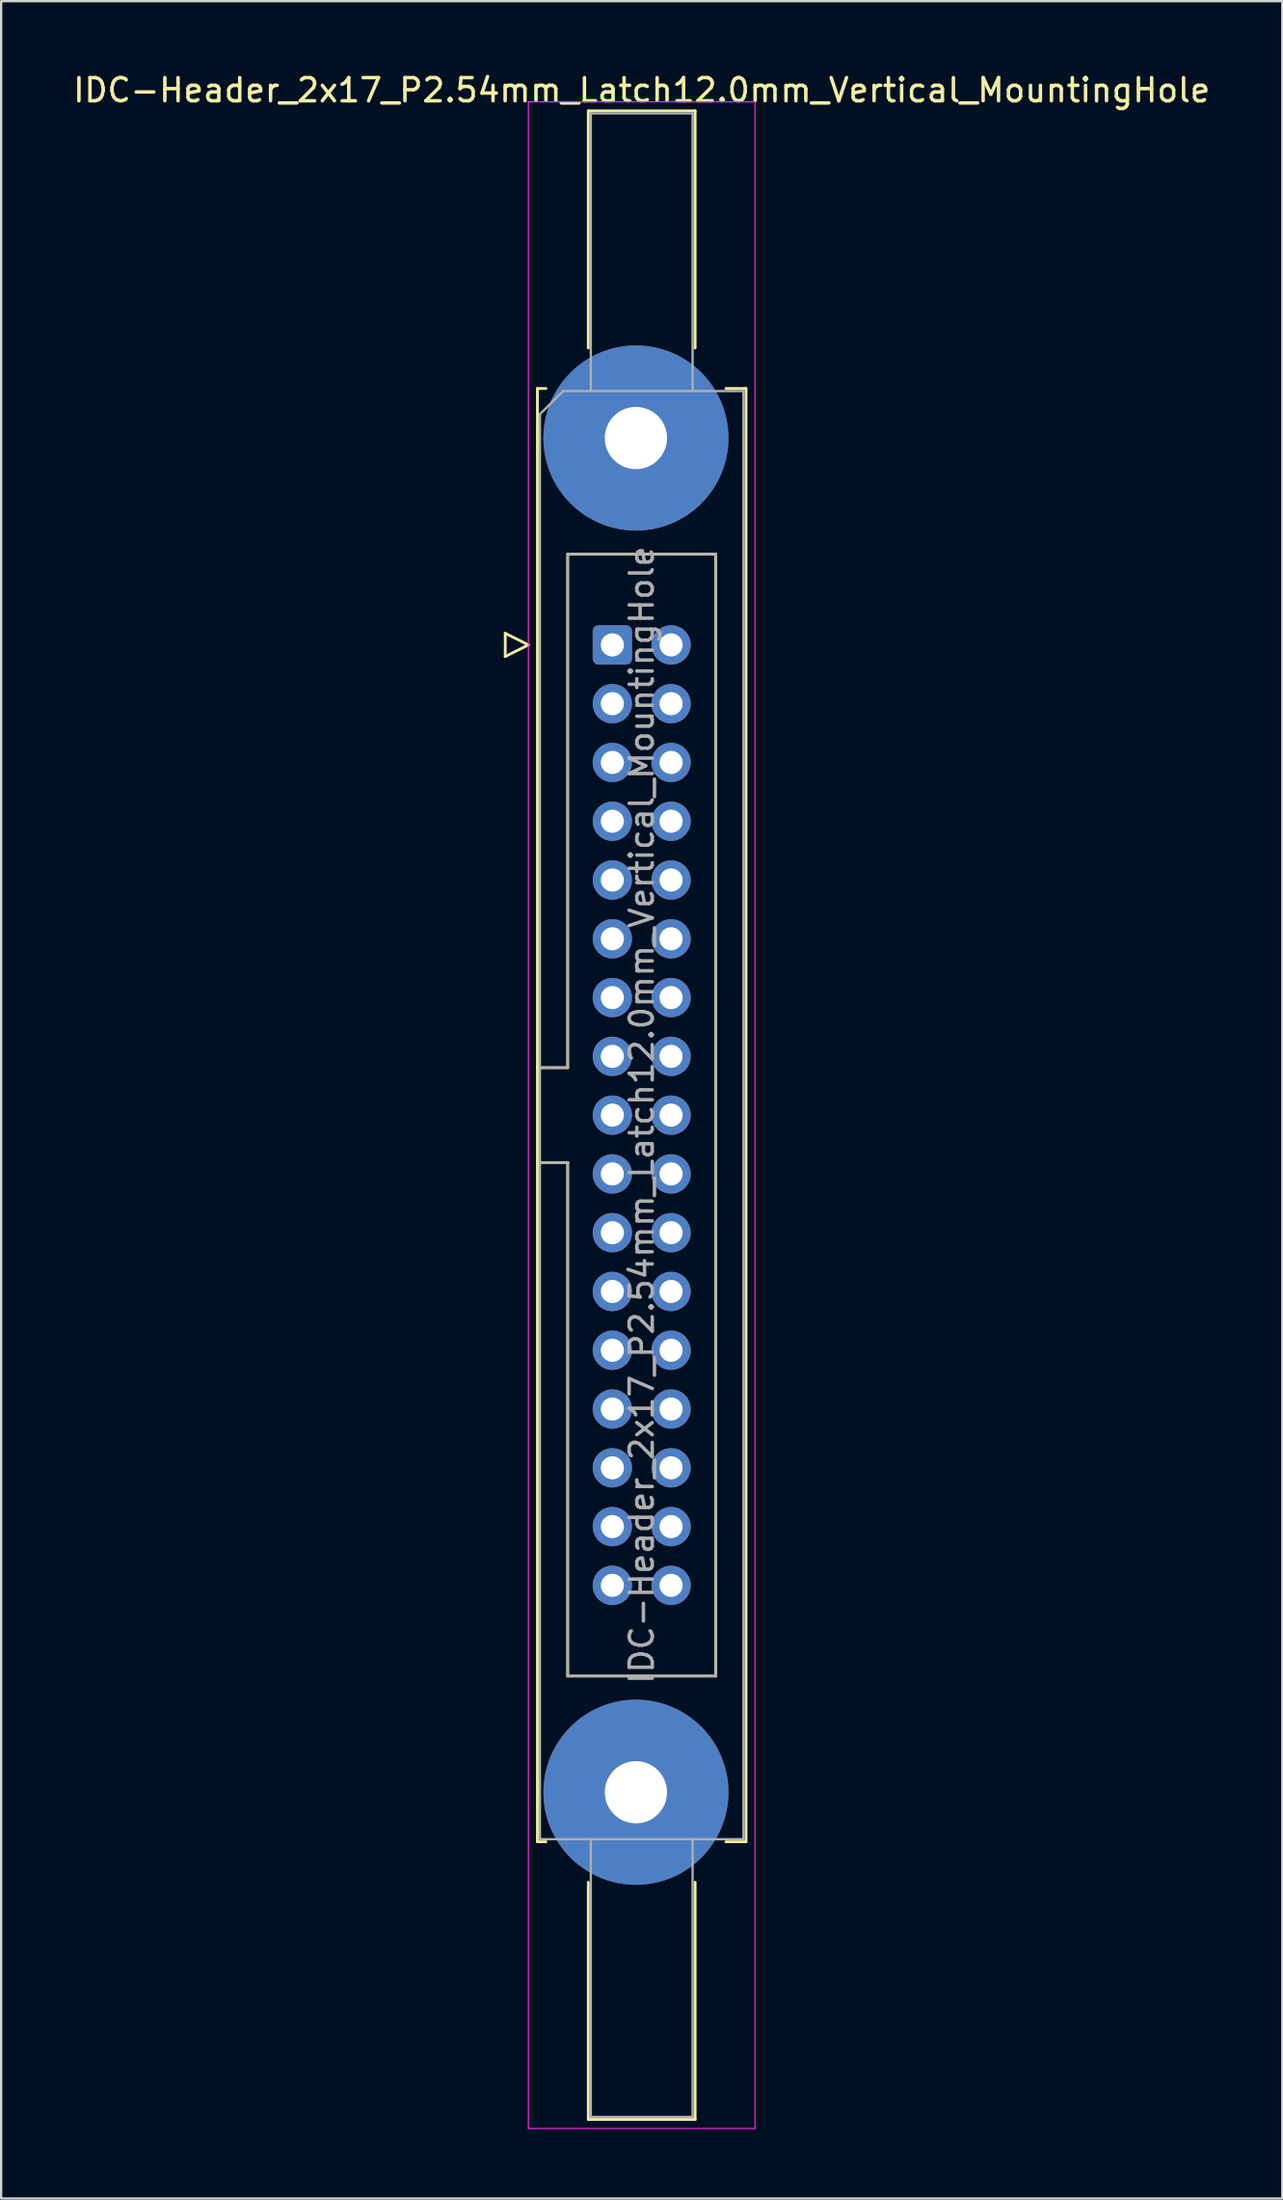
<source format=kicad_pcb>
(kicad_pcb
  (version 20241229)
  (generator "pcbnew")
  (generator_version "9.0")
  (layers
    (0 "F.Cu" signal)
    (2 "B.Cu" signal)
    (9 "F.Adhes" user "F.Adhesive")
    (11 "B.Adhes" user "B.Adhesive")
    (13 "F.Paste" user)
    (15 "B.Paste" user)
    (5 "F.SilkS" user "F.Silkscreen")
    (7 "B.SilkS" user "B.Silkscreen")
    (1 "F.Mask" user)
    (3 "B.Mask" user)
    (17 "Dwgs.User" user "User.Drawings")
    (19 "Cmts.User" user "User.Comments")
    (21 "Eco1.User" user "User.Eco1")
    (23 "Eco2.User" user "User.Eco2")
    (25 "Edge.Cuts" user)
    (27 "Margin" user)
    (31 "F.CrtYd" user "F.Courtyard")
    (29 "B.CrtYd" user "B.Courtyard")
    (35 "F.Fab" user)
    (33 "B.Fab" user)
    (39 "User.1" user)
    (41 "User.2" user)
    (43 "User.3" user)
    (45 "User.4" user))
  (footprint "IDC-Header_2x17_P2.54mm_Latch12.0mm_Vertical_MountingHole"
    (layer "F.Cu")
    (at 23.426 24.818)
    (property "Reference" "IDC-Header_2x17_P2.54mm_Latch12.0mm_Vertical_MountingHole" (at 1.27 -23.97 0) (layer "F.SilkS") (effects (font (size 1 1) (thickness 0.15))))
    (attr through_hole)
    (fp_line (start -4.63 -0.5) (end -4.63 0.5) (stroke (width 0.12) (type solid)) (layer "F.SilkS"))
    (fp_line (start -4.63 0.5) (end -3.63 0) (stroke (width 0.12) (type solid)) (layer "F.SilkS"))
    (fp_line (start -3.63 0) (end -4.63 -0.5) (stroke (width 0.12) (type solid)) (layer "F.SilkS"))
    (fp_line (start -3.24 -11.08) (end -3.24 51.72) (stroke (width 0.12) (type solid)) (layer "F.SilkS"))
    (fp_line (start -3.24 18.27) (end -1.93 18.27) (stroke (width 0.12) (type solid)) (layer "F.SilkS"))
    (fp_line (start -3.24 51.72) (end -2.87 51.72) (stroke (width 0.12) (type solid)) (layer "F.SilkS"))
    (fp_line (start -2.87 -11.08) (end -3.24 -11.08) (stroke (width 0.12) (type solid)) (layer "F.SilkS"))
    (fp_line (start -1.93 -3.92) (end 4.47 -3.92) (stroke (width 0.12) (type solid)) (layer "F.SilkS"))
    (fp_line (start -1.93 18.27) (end -1.93 -3.92) (stroke (width 0.12) (type solid)) (layer "F.SilkS"))
    (fp_line (start -1.93 22.37) (end -3.24 22.37) (stroke (width 0.12) (type solid)) (layer "F.SilkS"))
    (fp_line (start -1.93 22.37) (end -1.93 22.37) (stroke (width 0.12) (type solid)) (layer "F.SilkS"))
    (fp_line (start -1.93 44.56) (end -1.93 22.37) (stroke (width 0.12) (type solid)) (layer "F.SilkS"))
    (fp_line (start -1.04 -23.08) (end 3.58 -23.08) (stroke (width 0.12) (type solid)) (layer "F.SilkS"))
    (fp_line (start -1.04 -12.83) (end -1.04 -23.08) (stroke (width 0.12) (type solid)) (layer "F.SilkS"))
    (fp_line (start -1.04 53.47) (end -1.04 63.72) (stroke (width 0.12) (type solid)) (layer "F.SilkS"))
    (fp_line (start -1.04 63.72) (end 3.58 63.72) (stroke (width 0.12) (type solid)) (layer "F.SilkS"))
    (fp_line (start 3.58 -23.08) (end 3.58 -12.83) (stroke (width 0.12) (type solid)) (layer "F.SilkS"))
    (fp_line (start 3.58 63.72) (end 3.58 53.47) (stroke (width 0.12) (type solid)) (layer "F.SilkS"))
    (fp_line (start 4.47 -3.92) (end 4.47 44.56) (stroke (width 0.12) (type solid)) (layer "F.SilkS"))
    (fp_line (start 4.47 44.56) (end -1.93 44.56) (stroke (width 0.12) (type solid)) (layer "F.SilkS"))
    (fp_line (start 4.91 -11.08) (end 5.78 -11.08) (stroke (width 0.12) (type solid)) (layer "F.SilkS"))
    (fp_line (start 5.78 -11.08) (end 5.78 51.72) (stroke (width 0.12) (type solid)) (layer "F.SilkS"))
    (fp_line (start 5.78 51.72) (end 4.91 51.72) (stroke (width 0.12) (type solid)) (layer "F.SilkS"))
    (fp_line (start -3.63 -23.47) (end -3.63 64.11) (stroke (width 0.05) (type solid)) (layer "F.CrtYd"))
    (fp_line (start -3.63 64.11) (end 6.17 64.11) (stroke (width 0.05) (type solid)) (layer "F.CrtYd"))
    (fp_line (start 6.17 -23.47) (end -3.63 -23.47) (stroke (width 0.05) (type solid)) (layer "F.CrtYd"))
    (fp_line (start 6.17 64.11) (end 6.17 -23.47) (stroke (width 0.05) (type solid)) (layer "F.CrtYd"))
    (fp_line (start -3.13 -9.97) (end -2.13 -10.97) (stroke (width 0.1) (type solid)) (layer "F.Fab"))
    (fp_line (start -3.13 18.27) (end -1.93 18.27) (stroke (width 0.1) (type solid)) (layer "F.Fab"))
    (fp_line (start -3.13 51.61) (end -3.13 -9.97) (stroke (width 0.1) (type solid)) (layer "F.Fab"))
    (fp_line (start -2.13 -10.97) (end 5.67 -10.97) (stroke (width 0.1) (type solid)) (layer "F.Fab"))
    (fp_line (start -1.93 -3.92) (end 4.47 -3.92) (stroke (width 0.1) (type solid)) (layer "F.Fab"))
    (fp_line (start -1.93 18.27) (end -1.93 -3.92) (stroke (width 0.1) (type solid)) (layer "F.Fab"))
    (fp_line (start -1.93 22.37) (end -3.13 22.37) (stroke (width 0.1) (type solid)) (layer "F.Fab"))
    (fp_line (start -1.93 22.37) (end -1.93 22.37) (stroke (width 0.1) (type solid)) (layer "F.Fab"))
    (fp_line (start -1.93 44.56) (end -1.93 22.37) (stroke (width 0.1) (type solid)) (layer "F.Fab"))
    (fp_line (start -0.93 -22.97) (end 3.47 -22.97) (stroke (width 0.1) (type solid)) (layer "F.Fab"))
    (fp_line (start -0.93 -10.97) (end -0.93 -22.97) (stroke (width 0.1) (type solid)) (layer "F.Fab"))
    (fp_line (start -0.93 51.61) (end -0.93 63.61) (stroke (width 0.1) (type solid)) (layer "F.Fab"))
    (fp_line (start -0.93 63.61) (end 3.47 63.61) (stroke (width 0.1) (type solid)) (layer "F.Fab"))
    (fp_line (start 3.47 -22.97) (end 3.47 -10.97) (stroke (width 0.1) (type solid)) (layer "F.Fab"))
    (fp_line (start 3.47 63.61) (end 3.47 51.61) (stroke (width 0.1) (type solid)) (layer "F.Fab"))
    (fp_line (start 4.47 -3.92) (end 4.47 44.56) (stroke (width 0.1) (type solid)) (layer "F.Fab"))
    (fp_line (start 4.47 44.56) (end -1.93 44.56) (stroke (width 0.1) (type solid)) (layer "F.Fab"))
    (fp_line (start 5.67 -10.97) (end 5.67 51.61) (stroke (width 0.1) (type solid)) (layer "F.Fab"))
    (fp_line (start 5.67 51.61) (end -3.13 51.61) (stroke (width 0.1) (type solid)) (layer "F.Fab"))
    (fp_text user "${REFERENCE}" (at 1.27 20.32 90) (layer "F.Fab") (effects (font (size 1 1) (thickness 0.15))))
    (pad "" thru_hole circle (at 1.02 -8.94) (size 8 8) (drill 2.69) (layers "*.Cu" "*.Mask"))
    (pad "" thru_hole circle (at 1.02 49.58) (size 8 8) (drill 2.69) (layers "*.Cu" "*.Mask"))
    (pad "1" thru_hole roundrect (at 0 0) (size 1.7 1.7) (drill 1) (layers "*.Cu" "*.Mask") (roundrect_rratio 0.147))
    (pad "2" thru_hole circle (at 2.54 0) (size 1.7 1.7) (drill 1) (layers "*.Cu" "*.Mask"))
    (pad "3" thru_hole circle (at 0 2.54) (size 1.7 1.7) (drill 1) (layers "*.Cu" "*.Mask"))
    (pad "4" thru_hole circle (at 2.54 2.54) (size 1.7 1.7) (drill 1) (layers "*.Cu" "*.Mask"))
    (pad "5" thru_hole circle (at 0 5.08) (size 1.7 1.7) (drill 1) (layers "*.Cu" "*.Mask"))
    (pad "6" thru_hole circle (at 2.54 5.08) (size 1.7 1.7) (drill 1) (layers "*.Cu" "*.Mask"))
    (pad "7" thru_hole circle (at 0 7.62) (size 1.7 1.7) (drill 1) (layers "*.Cu" "*.Mask"))
    (pad "8" thru_hole circle (at 2.54 7.62) (size 1.7 1.7) (drill 1) (layers "*.Cu" "*.Mask"))
    (pad "9" thru_hole circle (at 0 10.16) (size 1.7 1.7) (drill 1) (layers "*.Cu" "*.Mask"))
    (pad "10" thru_hole circle (at 2.54 10.16) (size 1.7 1.7) (drill 1) (layers "*.Cu" "*.Mask"))
    (pad "11" thru_hole circle (at 0 12.7) (size 1.7 1.7) (drill 1) (layers "*.Cu" "*.Mask"))
    (pad "12" thru_hole circle (at 2.54 12.7) (size 1.7 1.7) (drill 1) (layers "*.Cu" "*.Mask"))
    (pad "13" thru_hole circle (at 0 15.24) (size 1.7 1.7) (drill 1) (layers "*.Cu" "*.Mask"))
    (pad "14" thru_hole circle (at 2.54 15.24) (size 1.7 1.7) (drill 1) (layers "*.Cu" "*.Mask"))
    (pad "15" thru_hole circle (at 0 17.78) (size 1.7 1.7) (drill 1) (layers "*.Cu" "*.Mask"))
    (pad "16" thru_hole circle (at 2.54 17.78) (size 1.7 1.7) (drill 1) (layers "*.Cu" "*.Mask"))
    (pad "17" thru_hole circle (at 0 20.32) (size 1.7 1.7) (drill 1) (layers "*.Cu" "*.Mask"))
    (pad "18" thru_hole circle (at 2.54 20.32) (size 1.7 1.7) (drill 1) (layers "*.Cu" "*.Mask"))
    (pad "19" thru_hole circle (at 0 22.86) (size 1.7 1.7) (drill 1) (layers "*.Cu" "*.Mask"))
    (pad "20" thru_hole circle (at 2.54 22.86) (size 1.7 1.7) (drill 1) (layers "*.Cu" "*.Mask"))
    (pad "21" thru_hole circle (at 0 25.4) (size 1.7 1.7) (drill 1) (layers "*.Cu" "*.Mask"))
    (pad "22" thru_hole circle (at 2.54 25.4) (size 1.7 1.7) (drill 1) (layers "*.Cu" "*.Mask"))
    (pad "23" thru_hole circle (at 0 27.94) (size 1.7 1.7) (drill 1) (layers "*.Cu" "*.Mask"))
    (pad "24" thru_hole circle (at 2.54 27.94) (size 1.7 1.7) (drill 1) (layers "*.Cu" "*.Mask"))
    (pad "25" thru_hole circle (at 0 30.48) (size 1.7 1.7) (drill 1) (layers "*.Cu" "*.Mask"))
    (pad "26" thru_hole circle (at 2.54 30.48) (size 1.7 1.7) (drill 1) (layers "*.Cu" "*.Mask"))
    (pad "27" thru_hole circle (at 0 33.02) (size 1.7 1.7) (drill 1) (layers "*.Cu" "*.Mask"))
    (pad "28" thru_hole circle (at 2.54 33.02) (size 1.7 1.7) (drill 1) (layers "*.Cu" "*.Mask"))
    (pad "29" thru_hole circle (at 0 35.56) (size 1.7 1.7) (drill 1) (layers "*.Cu" "*.Mask"))
    (pad "30" thru_hole circle (at 2.54 35.56) (size 1.7 1.7) (drill 1) (layers "*.Cu" "*.Mask"))
    (pad "31" thru_hole circle (at 0 38.1) (size 1.7 1.7) (drill 1) (layers "*.Cu" "*.Mask"))
    (pad "32" thru_hole circle (at 2.54 38.1) (size 1.7 1.7) (drill 1) (layers "*.Cu" "*.Mask"))
    (pad "33" thru_hole circle (at 0 40.64) (size 1.7 1.7) (drill 1) (layers "*.Cu" "*.Mask"))
    (pad "34" thru_hole circle (at 2.54 40.64) (size 1.7 1.7) (drill 1) (layers "*.Cu" "*.Mask")))
  (gr_rect
    (start -3 -3)
    (end 52.393 91.953)
    (stroke (width 0.1) (type default))
    (fill no)
    (layer "Edge.Cuts")))
</source>
